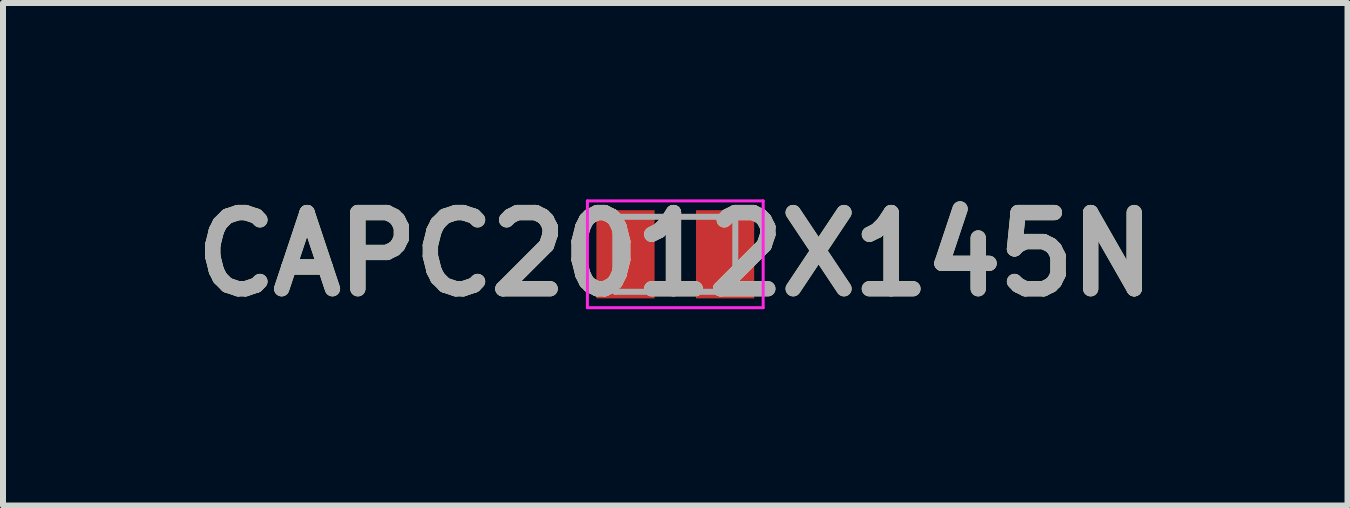
<source format=kicad_pcb>
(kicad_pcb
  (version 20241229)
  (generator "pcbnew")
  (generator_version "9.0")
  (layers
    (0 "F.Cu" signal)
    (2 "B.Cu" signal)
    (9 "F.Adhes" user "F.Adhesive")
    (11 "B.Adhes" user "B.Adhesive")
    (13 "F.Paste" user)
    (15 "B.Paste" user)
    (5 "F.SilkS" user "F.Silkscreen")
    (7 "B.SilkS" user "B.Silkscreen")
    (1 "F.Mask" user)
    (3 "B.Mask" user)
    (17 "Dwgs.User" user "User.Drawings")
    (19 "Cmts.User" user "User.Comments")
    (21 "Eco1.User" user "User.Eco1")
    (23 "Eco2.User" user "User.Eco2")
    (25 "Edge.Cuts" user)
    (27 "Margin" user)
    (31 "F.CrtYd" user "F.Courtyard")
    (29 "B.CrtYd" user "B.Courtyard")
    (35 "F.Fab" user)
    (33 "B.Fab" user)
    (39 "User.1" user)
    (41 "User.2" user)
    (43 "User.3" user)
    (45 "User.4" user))
  (footprint "CAPC2012X145N"
    (layer "F.Cu")
    (at 8.207 1.189)
    (property "Reference" "CAPC2012X145N" (at 0 0 0) (layer "F.SilkS") (effects (font (size 1.27 1.27) (thickness 0.254))))
    (attr smd)
    (fp_line (start -1.465 -0.89) (end 1.465 -0.89) (stroke (width 0.05) (type solid)) (layer "F.CrtYd"))
    (fp_line (start -1.465 0.89) (end -1.465 -0.89) (stroke (width 0.05) (type solid)) (layer "F.CrtYd"))
    (fp_line (start 1.465 -0.89) (end 1.465 0.89) (stroke (width 0.05) (type solid)) (layer "F.CrtYd"))
    (fp_line (start 1.465 0.89) (end -1.465 0.89) (stroke (width 0.05) (type solid)) (layer "F.CrtYd"))
    (fp_line (start -1 -0.625) (end 1 -0.625) (stroke (width 0.1) (type solid)) (layer "F.Fab"))
    (fp_line (start -1 0.625) (end -1 -0.625) (stroke (width 0.1) (type solid)) (layer "F.Fab"))
    (fp_line (start 1 -0.625) (end 1 0.625) (stroke (width 0.1) (type solid)) (layer "F.Fab"))
    (fp_line (start 1 0.625) (end -1 0.625) (stroke (width 0.1) (type solid)) (layer "F.Fab"))
    (fp_text user "${REFERENCE}" (at 0 0 0) (layer "F.Fab") (effects (font (size 1.27 1.27) (thickness 0.254))))
    (pad "1" smd rect (at -0.83 0) (size 0.97 1.47) (layers "F.Cu" "F.Mask" "F.Paste"))
    (pad "2" smd rect (at 0.83 0) (size 0.97 1.47) (layers "F.Cu" "F.Mask" "F.Paste")))
  (gr_rect
    (start -3 -3)
    (end 19.413 5.377)
    (stroke (width 0.1) (type default))
    (fill no)
    (layer "Edge.Cuts")))
</source>
